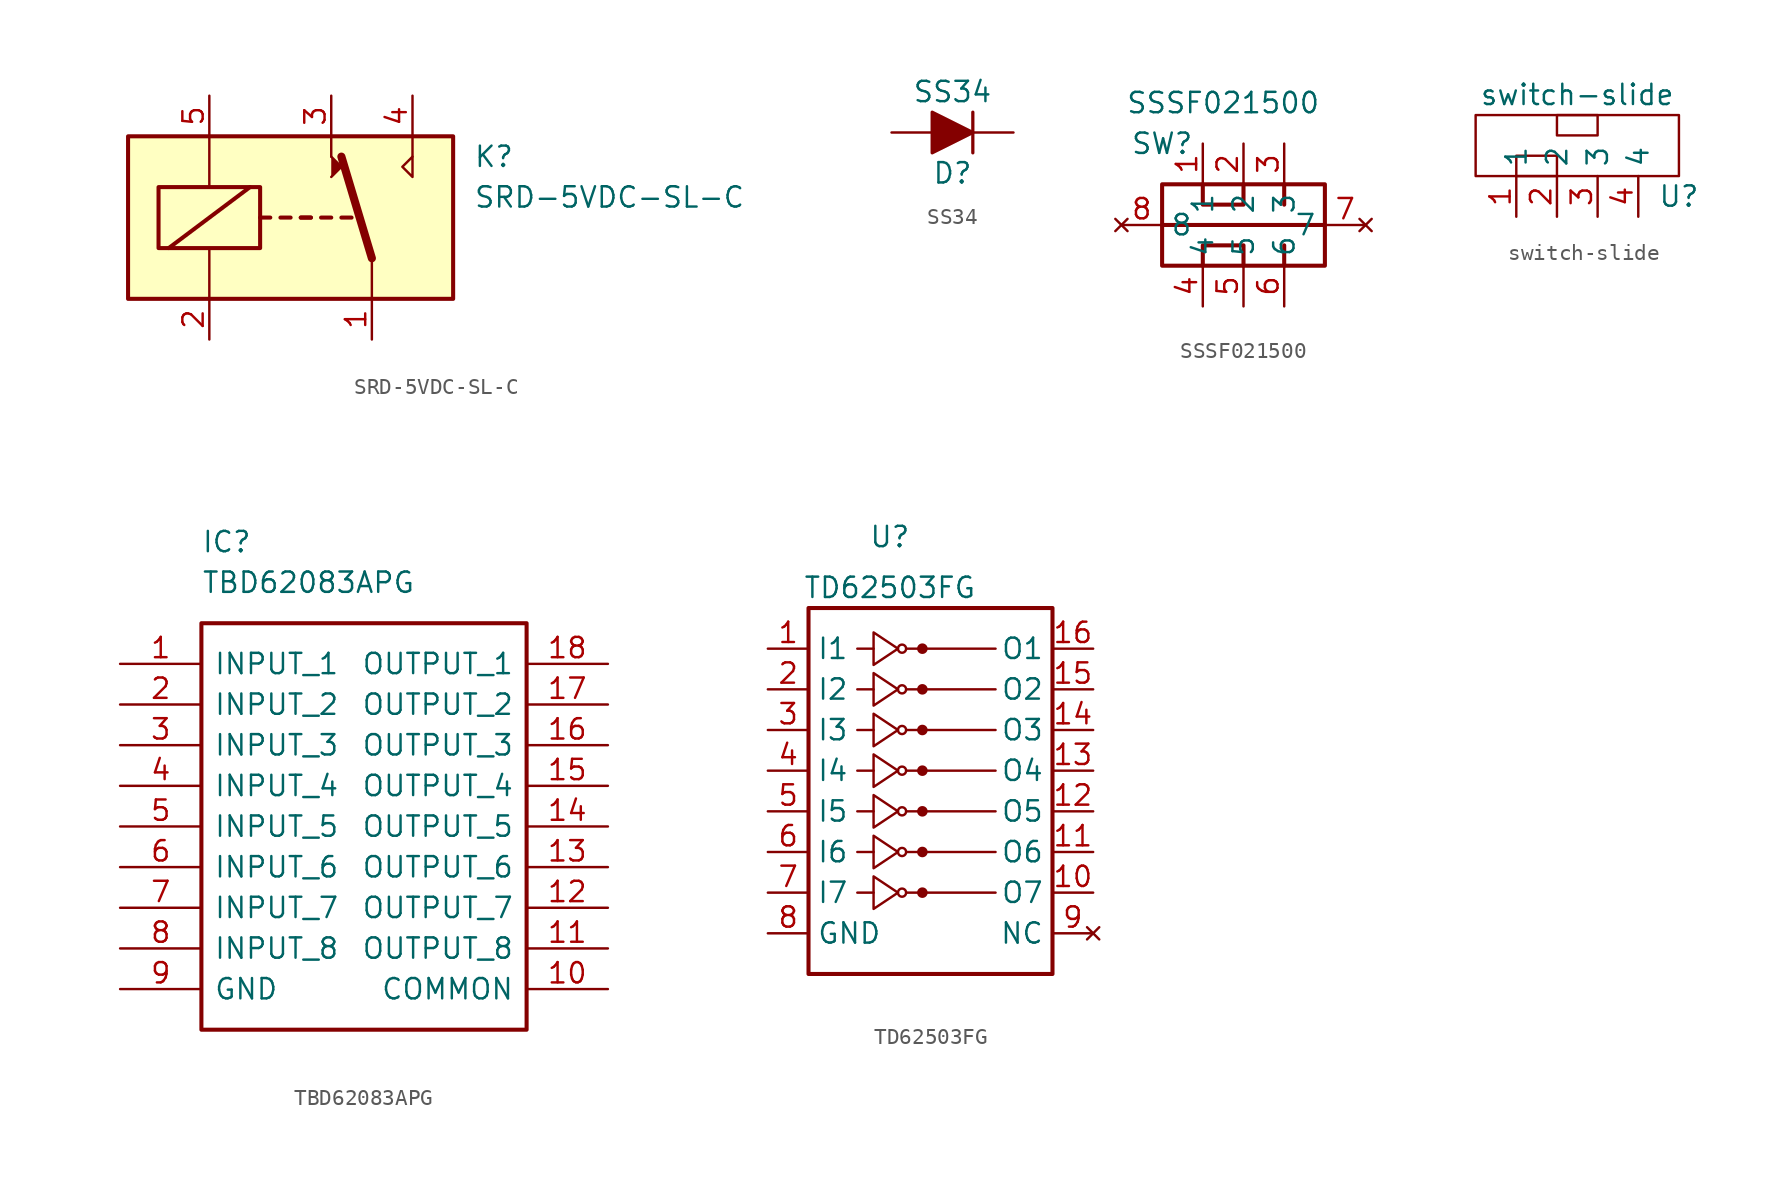
<source format=kicad_sym>
(kicad_symbol_lib
  (version 20220914)
  (generator kicad_symbol_editor)
  (symbol "SRD-5VDC-SL-C"
    (property "Reference" "K"
      (at 11.43 3.81 0)
      (effects (font (size 1.27 1.27)) (justify left)))
    (property "Value" "SRD-5VDC-SL-C"
      (at 11.43 1.27 0)
      (effects (font (size 1.27 1.27)) (justify left)))
    (symbol "SRD-5VDC-SL-C_0_0"
      (polyline (pts (xy 2.54 3.81) (xy 2.54 5.08)) (stroke (width 0) (type default)) (fill (type none)))
      (polyline (pts (xy 7.62 3.81) (xy 7.62 5.08)) (stroke (width 0) (type default)) (fill (type none)))
      (polyline (pts (xy 7.62 3.81) (xy 7.62 2.54) (xy 6.985 3.175) (xy 7.62 3.81)) (stroke (width 0) (type default)) (fill (type none))))
    (symbol "SRD-5VDC-SL-C_0_1"
      (rectangle (start -10.16 5.08) (end 10.16 -5.08) (stroke (width 0.254) (type default)) (fill (type background)))
      (rectangle (start -8.255 1.905) (end -1.905 -1.905) (stroke (width 0.254) (type default)) (fill (type none)))
      (polyline (pts (xy -7.62 -1.905) (xy -2.54 1.905)) (stroke (width 0.254) (type default)) (fill (type none)))
      (polyline (pts (xy -5.08 -5.08) (xy -5.08 -1.905)) (stroke (width 0) (type default)) (fill (type none)))
      (polyline (pts (xy -5.08 5.08) (xy -5.08 1.905)) (stroke (width 0) (type default)) (fill (type none)))
      (polyline (pts (xy -1.905 0) (xy -1.27 0)) (stroke (width 0.254) (type default)) (fill (type none)))
      (polyline (pts (xy -0.635 0) (xy 0 0)) (stroke (width 0.254) (type default)) (fill (type none)))
      (polyline (pts (xy 0.635 0) (xy 1.27 0)) (stroke (width 0.254) (type default)) (fill (type none)))
      (polyline (pts (xy 0.635 0) (xy 1.27 0)) (stroke (width 0.254) (type default)) (fill (type none)))
      (polyline (pts (xy 1.905 0) (xy 2.54 0)) (stroke (width 0.254) (type default)) (fill (type none)))
      (polyline (pts (xy 3.175 0) (xy 3.81 0)) (stroke (width 0.254) (type default)) (fill (type none)))
      (polyline (pts (xy 5.08 -2.54) (xy 3.175 3.81)) (stroke (width 0.508) (type default)) (fill (type none)))
      (polyline (pts (xy 5.08 -2.54) (xy 5.08 -5.08)) (stroke (width 0) (type default)) (fill (type none)))
      (polyline (pts (xy 2.54 2.54) (xy 3.175 3.175) (xy 2.54 3.81)) (stroke (width 0) (type default)) (fill (type outline))))
    (symbol "SRD-5VDC-SL-C_1_1"
      (pin passive line (at 5.08 -7.62 90) (length 2.54) (name "~" (effects (font (size 1.27 1.27)))) (number "1" (effects (font (size 1.27 1.27)))))
      (pin passive line (at -5.08 -7.62 90) (length 2.54) (name "~" (effects (font (size 1.27 1.27)))) (number "2" (effects (font (size 1.27 1.27)))))
      (pin passive line (at 2.54 7.62 270) (length 2.54) (name "~" (effects (font (size 1.27 1.27)))) (number "3" (effects (font (size 1.27 1.27)))))
      (pin passive line (at 7.62 7.62 270) (length 2.54) (name "~" (effects (font (size 1.27 1.27)))) (number "4" (effects (font (size 1.27 1.27)))))
      (pin passive line (at -5.08 7.62 270) (length 2.54) (name "~" (effects (font (size 1.27 1.27)))) (number "5" (effects (font (size 1.27 1.27)))))))
  (symbol "SS34"
    (pin_numbers hide)
    (pin_names hide)
    (property "Reference" "D"
      (at 0 -2.54 0)
      (effects (font (size 1.27 1.27))))
    (property "Value" "SS34"
      (at 0 2.54 0)
      (effects (font (size 1.27 1.27))))
    (symbol "SS34_0_1"
      (polyline (pts (xy -1.27 0) (xy 1.27 0)) (stroke (width 0) (type default)) (fill (type none)))
      (polyline (pts (xy 1.27 -1.27) (xy 1.27 1.27)) (stroke (width 0.203) (type default)) (fill (type none)))
      (polyline (pts (xy -1.27 -1.27) (xy -1.27 1.27) (xy 1.27 0) (xy -1.27 -1.27)) (stroke (width 0.203) (type default)) (fill (type outline))))
    (symbol "SS34_1_1"
      (pin passive line (at 3.81 0 180) (length 2.54) (name "K" (effects (font (size 1.27 1.27)))) (number "1" (effects (font (size 1.27 1.27)))))
      (pin passive line (at -3.81 0 0) (length 2.54) (name "A" (effects (font (size 1.27 1.27)))) (number "2" (effects (font (size 1.27 1.27)))))))
  (symbol "SSSF021500"
    (property "Reference" "SW"
      (at -5.08 5.08 0)
      (effects (font (size 1.27 1.27))))
    (property "Value" "SSSF021500"
      (at -1.27 7.62 0)
      (effects (font (size 1.27 1.27))))
    (symbol "SSSF021500_0_1"
      (rectangle (start -5.08 2.54) (end 5.08 -2.54) (stroke (width 0.254) (type default)) (fill (type none)))
      (polyline (pts (xy -5.08 0) (xy 5.08 0)) (stroke (width 0.254) (type default)) (fill (type none)))
      (polyline (pts (xy 2.54 -2.54) (xy 2.54 -1.27)) (stroke (width 0.254) (type default)) (fill (type none)))
      (polyline (pts (xy 2.54 2.54) (xy 2.54 1.27)) (stroke (width 0.254) (type default)) (fill (type none)))
      (polyline (pts (xy -2.54 -2.54) (xy -2.54 -1.27) (xy 0 -1.27) (xy 0 -2.54)) (stroke (width 0.254) (type default)) (fill (type none)))
      (polyline (pts (xy -2.54 2.54) (xy -2.54 1.27) (xy 0 1.27) (xy 0 2.54)) (stroke (width 0.254) (type default)) (fill (type none))))
    (symbol "SSSF021500_1_1"
      (pin input line (at -2.54 5.08 270) (length 2.54) (name "1" (effects (font (size 1.27 1.27)))) (number "1" (effects (font (size 1.27 1.27)))))
      (pin input line (at 0 5.08 270) (length 2.54) (name "2" (effects (font (size 1.27 1.27)))) (number "2" (effects (font (size 1.27 1.27)))))
      (pin input line (at 2.54 5.08 270) (length 2.54) (name "3" (effects (font (size 1.27 1.27)))) (number "3" (effects (font (size 1.27 1.27)))))
      (pin input line (at -2.54 -5.08 90) (length 2.54) (name "4" (effects (font (size 1.27 1.27)))) (number "4" (effects (font (size 1.27 1.27)))))
      (pin input line (at 0 -5.08 90) (length 2.54) (name "5" (effects (font (size 1.27 1.27)))) (number "5" (effects (font (size 1.27 1.27)))))
      (pin input line (at 2.54 -5.08 90) (length 2.54) (name "6" (effects (font (size 1.27 1.27)))) (number "6" (effects (font (size 1.27 1.27)))))
      (pin no_connect line (at 7.62 0 180) (length 2.54) (name "7" (effects (font (size 1.27 1.27)))) (number "7" (effects (font (size 1.27 1.27)))))
      (pin no_connect line (at -7.62 0 0) (length 2.54) (name "8" (effects (font (size 1.27 1.27)))) (number "8" (effects (font (size 1.27 1.27)))))))
  (symbol "switch-slide"
    (property "Reference" "U"
      (at 10.16 -1.27 0)
      (effects (font (size 1.27 1.27))))
    (property "Value" "switch-slide"
      (at 3.81 5.08 0)
      (effects (font (size 1.27 1.27))))
    (symbol "switch-slide_0_1"
      (rectangle (start -2.54 3.81) (end 10.16 0) (stroke (width 0) (type default)) (fill (type none)))
      (polyline (pts (xy 0 0) (xy 0 1.27) (xy 2.54 1.27) (xy 2.54 0) (xy 0 0)) (stroke (width 0) (type default)) (fill (type none)))
      (rectangle (start 2.54 2.54) (end 5.08 3.81) (stroke (width 0) (type default)) (fill (type none))))
    (symbol "switch-slide_1_1"
      (pin input line (at 0 -2.54 90) (length 2.54) (name "1" (effects (font (size 1.27 1.27)))) (number "1" (effects (font (size 1.27 1.27)))))
      (pin input line (at 2.54 -2.54 90) (length 2.54) (name "2" (effects (font (size 1.27 1.27)))) (number "2" (effects (font (size 1.27 1.27)))))
      (pin input line (at 5.08 -2.54 90) (length 2.54) (name "3" (effects (font (size 1.27 1.27)))) (number "3" (effects (font (size 1.27 1.27)))))
      (pin input line (at 7.62 -2.54 90) (length 2.54) (name "4" (effects (font (size 1.27 1.27)))) (number "4" (effects (font (size 1.27 1.27)))))))
  (symbol "TBD62083APG"
    (pin_names
      (offset 0.762))
    (property "Reference" "IC"
      (at 5.08 7.62 0)
      (effects (font (size 1.27 1.27)) (justify left)))
    (property "Value" "TBD62083APG"
      (at 5.08 5.08 0)
      (effects (font (size 1.27 1.27)) (justify left)))
    (symbol "TBD62083APG_0_0"
      (pin bidirectional line (at 0 0 0) (length 5.08) (name "INPUT_1" (effects (font (size 1.27 1.27)))) (number "1" (effects (font (size 1.27 1.27)))))
      (pin bidirectional line (at 30.48 -20.32 180) (length 5.08) (name "COMMON" (effects (font (size 1.27 1.27)))) (number "10" (effects (font (size 1.27 1.27)))))
      (pin bidirectional line (at 30.48 -17.78 180) (length 5.08) (name "OUTPUT_8" (effects (font (size 1.27 1.27)))) (number "11" (effects (font (size 1.27 1.27)))))
      (pin bidirectional line (at 30.48 -15.24 180) (length 5.08) (name "OUTPUT_7" (effects (font (size 1.27 1.27)))) (number "12" (effects (font (size 1.27 1.27)))))
      (pin bidirectional line (at 30.48 -12.7 180) (length 5.08) (name "OUTPUT_6" (effects (font (size 1.27 1.27)))) (number "13" (effects (font (size 1.27 1.27)))))
      (pin bidirectional line (at 30.48 -10.16 180) (length 5.08) (name "OUTPUT_5" (effects (font (size 1.27 1.27)))) (number "14" (effects (font (size 1.27 1.27)))))
      (pin bidirectional line (at 30.48 -7.62 180) (length 5.08) (name "OUTPUT_4" (effects (font (size 1.27 1.27)))) (number "15" (effects (font (size 1.27 1.27)))))
      (pin bidirectional line (at 30.48 -5.08 180) (length 5.08) (name "OUTPUT_3" (effects (font (size 1.27 1.27)))) (number "16" (effects (font (size 1.27 1.27)))))
      (pin bidirectional line (at 30.48 -2.54 180) (length 5.08) (name "OUTPUT_2" (effects (font (size 1.27 1.27)))) (number "17" (effects (font (size 1.27 1.27)))))
      (pin bidirectional line (at 30.48 0 180) (length 5.08) (name "OUTPUT_1" (effects (font (size 1.27 1.27)))) (number "18" (effects (font (size 1.27 1.27)))))
      (pin bidirectional line (at 0 -2.54 0) (length 5.08) (name "INPUT_2" (effects (font (size 1.27 1.27)))) (number "2" (effects (font (size 1.27 1.27)))))
      (pin bidirectional line (at 0 -5.08 0) (length 5.08) (name "INPUT_3" (effects (font (size 1.27 1.27)))) (number "3" (effects (font (size 1.27 1.27)))))
      (pin bidirectional line (at 0 -7.62 0) (length 5.08) (name "INPUT_4" (effects (font (size 1.27 1.27)))) (number "4" (effects (font (size 1.27 1.27)))))
      (pin bidirectional line (at 0 -10.16 0) (length 5.08) (name "INPUT_5" (effects (font (size 1.27 1.27)))) (number "5" (effects (font (size 1.27 1.27)))))
      (pin bidirectional line (at 0 -12.7 0) (length 5.08) (name "INPUT_6" (effects (font (size 1.27 1.27)))) (number "6" (effects (font (size 1.27 1.27)))))
      (pin bidirectional line (at 0 -15.24 0) (length 5.08) (name "INPUT_7" (effects (font (size 1.27 1.27)))) (number "7" (effects (font (size 1.27 1.27)))))
      (pin bidirectional line (at 0 -17.78 0) (length 5.08) (name "INPUT_8" (effects (font (size 1.27 1.27)))) (number "8" (effects (font (size 1.27 1.27)))))
      (pin bidirectional line (at 0 -20.32 0) (length 5.08) (name "GND" (effects (font (size 1.27 1.27)))) (number "9" (effects (font (size 1.27 1.27))))))
    (symbol "TBD62083APG_0_1"
      (rectangle (start 5.08 2.54) (end 25.4 -22.86) (stroke (width 0.254) (type default)) (fill (type none)))))
  (symbol "TD62503FG"
    (property "Reference" "U"
      (at -2.54 12.065 0)
      (effects (font (size 1.27 1.27))))
    (property "Value" "TD62503FG"
      (at -2.54 8.89 0)
      (effects (font (size 1.27 1.27))))
    (symbol "TD62503FG_0_1"
      (rectangle (start -7.62 -15.24) (end 7.62 7.62) (stroke (width 0.254) (type default)) (fill (type none)))
      (circle (center -1.778 5.08) (radius 0.254) (stroke (width 0) (type default)) (fill (type none)))
      (circle (center -0.508 5.08) (radius 0.254) (stroke (width 0) (type default)) (fill (type outline)))
      (polyline (pts (xy -4.572 5.08) (xy -3.556 5.08)) (stroke (width 0) (type default)) (fill (type none)))
      (polyline (pts (xy -1.524 5.08) (xy 4.064 5.08)) (stroke (width 0) (type default)) (fill (type none)))
      (polyline (pts (xy -3.556 6.096) (xy -3.556 4.064) (xy -2.032 5.08) (xy -3.556 6.096)) (stroke (width 0) (type default)) (fill (type none))))
    (symbol "TD62503FG_1_1"
      (circle (center -1.778 -10.16) (radius 0.254) (stroke (width 0) (type default)) (fill (type none)))
      (circle (center -1.778 -7.62) (radius 0.254) (stroke (width 0) (type default)) (fill (type none)))
      (circle (center -1.778 -5.08) (radius 0.254) (stroke (width 0) (type default)) (fill (type none)))
      (circle (center -1.778 -2.54) (radius 0.254) (stroke (width 0) (type default)) (fill (type none)))
      (circle (center -1.778 0) (radius 0.254) (stroke (width 0) (type default)) (fill (type none)))
      (circle (center -1.778 2.54) (radius 0.254) (stroke (width 0) (type default)) (fill (type none)))
      (circle (center -0.508 -10.16) (radius 0.254) (stroke (width 0) (type default)) (fill (type outline)))
      (circle (center -0.508 -7.62) (radius 0.254) (stroke (width 0) (type default)) (fill (type outline)))
      (circle (center -0.508 -5.08) (radius 0.254) (stroke (width 0) (type default)) (fill (type outline)))
      (circle (center -0.508 -2.54) (radius 0.254) (stroke (width 0) (type default)) (fill (type outline)))
      (circle (center -0.508 0) (radius 0.254) (stroke (width 0) (type default)) (fill (type outline)))
      (circle (center -0.508 2.54) (radius 0.254) (stroke (width 0) (type default)) (fill (type outline)))
      (polyline (pts (xy -4.572 -10.16) (xy -3.556 -10.16)) (stroke (width 0) (type default)) (fill (type none)))
      (polyline (pts (xy -4.572 -7.62) (xy -3.556 -7.62)) (stroke (width 0) (type default)) (fill (type none)))
      (polyline (pts (xy -4.572 -5.08) (xy -3.556 -5.08)) (stroke (width 0) (type default)) (fill (type none)))
      (polyline (pts (xy -4.572 -2.54) (xy -3.556 -2.54)) (stroke (width 0) (type default)) (fill (type none)))
      (polyline (pts (xy -4.572 0) (xy -3.556 0)) (stroke (width 0) (type default)) (fill (type none)))
      (polyline (pts (xy -4.572 2.54) (xy -3.556 2.54)) (stroke (width 0) (type default)) (fill (type none)))
      (polyline (pts (xy -1.524 -10.16) (xy 4.064 -10.16)) (stroke (width 0) (type default)) (fill (type none)))
      (polyline (pts (xy -1.524 -7.62) (xy 4.064 -7.62)) (stroke (width 0) (type default)) (fill (type none)))
      (polyline (pts (xy -1.524 -5.08) (xy 4.064 -5.08)) (stroke (width 0) (type default)) (fill (type none)))
      (polyline (pts (xy -1.524 -2.54) (xy 4.064 -2.54)) (stroke (width 0) (type default)) (fill (type none)))
      (polyline (pts (xy -1.524 0) (xy 4.064 0)) (stroke (width 0) (type default)) (fill (type none)))
      (polyline (pts (xy -1.524 2.54) (xy 4.064 2.54)) (stroke (width 0) (type default)) (fill (type none)))
      (polyline (pts (xy -3.556 -9.144) (xy -3.556 -11.176) (xy -2.032 -10.16) (xy -3.556 -9.144)) (stroke (width 0) (type default)) (fill (type none)))
      (polyline (pts (xy -3.556 -6.604) (xy -3.556 -8.636) (xy -2.032 -7.62) (xy -3.556 -6.604)) (stroke (width 0) (type default)) (fill (type none)))
      (polyline (pts (xy -3.556 -4.064) (xy -3.556 -6.096) (xy -2.032 -5.08) (xy -3.556 -4.064)) (stroke (width 0) (type default)) (fill (type none)))
      (polyline (pts (xy -3.556 -1.524) (xy -3.556 -3.556) (xy -2.032 -2.54) (xy -3.556 -1.524)) (stroke (width 0) (type default)) (fill (type none)))
      (polyline (pts (xy -3.556 1.016) (xy -3.556 -1.016) (xy -2.032 0) (xy -3.556 1.016)) (stroke (width 0) (type default)) (fill (type none)))
      (polyline (pts (xy -3.556 3.556) (xy -3.556 1.524) (xy -2.032 2.54) (xy -3.556 3.556)) (stroke (width 0) (type default)) (fill (type none)))
      (pin input line (at -10.16 5.08 0) (length 2.54) (name "I1" (effects (font (size 1.27 1.27)))) (number "1" (effects (font (size 1.27 1.27)))))
      (pin open_collector line (at 10.16 -10.16 180) (length 2.54) (name "O7" (effects (font (size 1.27 1.27)))) (number "10" (effects (font (size 1.27 1.27)))))
      (pin open_collector line (at 10.16 -7.62 180) (length 2.54) (name "O6" (effects (font (size 1.27 1.27)))) (number "11" (effects (font (size 1.27 1.27)))))
      (pin open_collector line (at 10.16 -5.08 180) (length 2.54) (name "O5" (effects (font (size 1.27 1.27)))) (number "12" (effects (font (size 1.27 1.27)))))
      (pin open_collector line (at 10.16 -2.54 180) (length 2.54) (name "O4" (effects (font (size 1.27 1.27)))) (number "13" (effects (font (size 1.27 1.27)))))
      (pin open_collector line (at 10.16 0 180) (length 2.54) (name "O3" (effects (font (size 1.27 1.27)))) (number "14" (effects (font (size 1.27 1.27)))))
      (pin open_collector line (at 10.16 2.54 180) (length 2.54) (name "O2" (effects (font (size 1.27 1.27)))) (number "15" (effects (font (size 1.27 1.27)))))
      (pin open_collector line (at 10.16 5.08 180) (length 2.54) (name "O1" (effects (font (size 1.27 1.27)))) (number "16" (effects (font (size 1.27 1.27)))))
      (pin input line (at -10.16 2.54 0) (length 2.54) (name "I2" (effects (font (size 1.27 1.27)))) (number "2" (effects (font (size 1.27 1.27)))))
      (pin input line (at -10.16 0 0) (length 2.54) (name "I3" (effects (font (size 1.27 1.27)))) (number "3" (effects (font (size 1.27 1.27)))))
      (pin input line (at -10.16 -2.54 0) (length 2.54) (name "I4" (effects (font (size 1.27 1.27)))) (number "4" (effects (font (size 1.27 1.27)))))
      (pin input line (at -10.16 -5.08 0) (length 2.54) (name "I5" (effects (font (size 1.27 1.27)))) (number "5" (effects (font (size 1.27 1.27)))))
      (pin input line (at -10.16 -7.62 0) (length 2.54) (name "I6" (effects (font (size 1.27 1.27)))) (number "6" (effects (font (size 1.27 1.27)))))
      (pin input line (at -10.16 -10.16 0) (length 2.54) (name "I7" (effects (font (size 1.27 1.27)))) (number "7" (effects (font (size 1.27 1.27)))))
      (pin power_in line (at -10.16 -12.7 0) (length 2.54) (name "GND" (effects (font (size 1.27 1.27)))) (number "8" (effects (font (size 1.27 1.27)))))
      (pin no_connect line (at 10.16 -12.7 180) (length 2.54) (name "NC" (effects (font (size 1.27 1.27)))) (number "9" (effects (font (size 1.27 1.27))))))))
</source>
